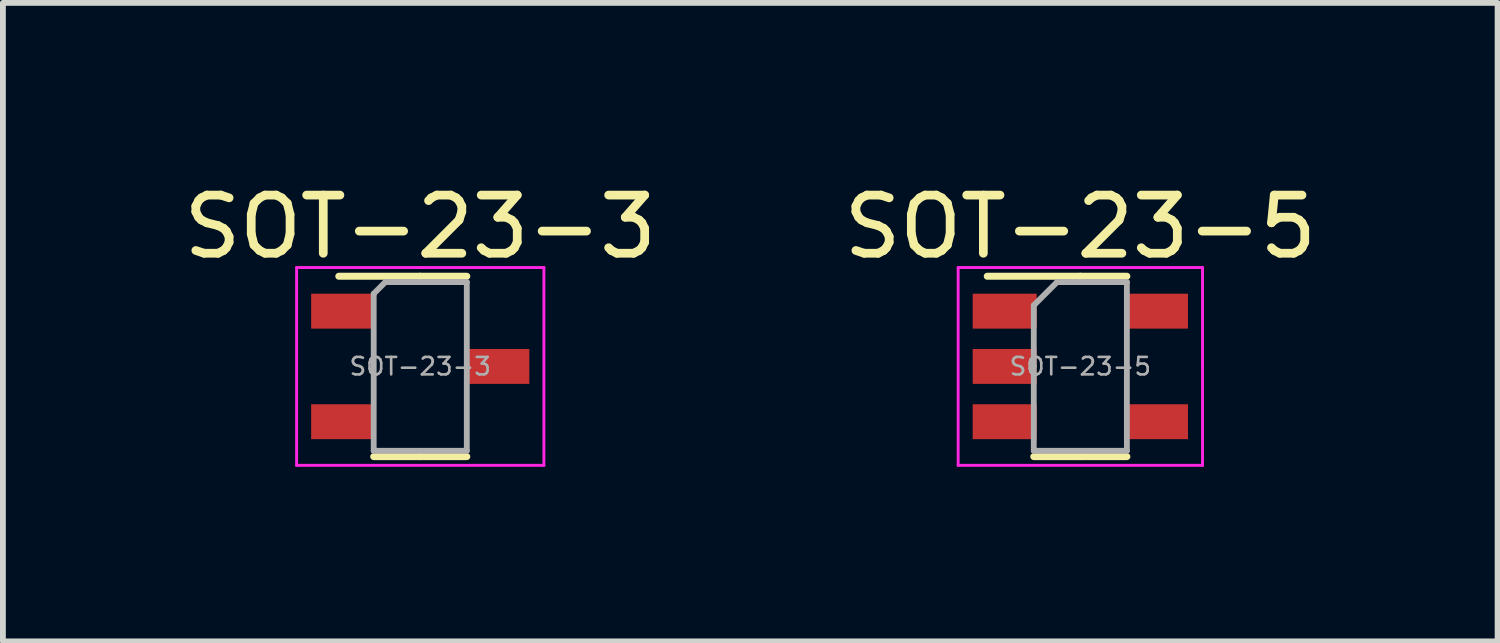
<source format=kicad_pcb>
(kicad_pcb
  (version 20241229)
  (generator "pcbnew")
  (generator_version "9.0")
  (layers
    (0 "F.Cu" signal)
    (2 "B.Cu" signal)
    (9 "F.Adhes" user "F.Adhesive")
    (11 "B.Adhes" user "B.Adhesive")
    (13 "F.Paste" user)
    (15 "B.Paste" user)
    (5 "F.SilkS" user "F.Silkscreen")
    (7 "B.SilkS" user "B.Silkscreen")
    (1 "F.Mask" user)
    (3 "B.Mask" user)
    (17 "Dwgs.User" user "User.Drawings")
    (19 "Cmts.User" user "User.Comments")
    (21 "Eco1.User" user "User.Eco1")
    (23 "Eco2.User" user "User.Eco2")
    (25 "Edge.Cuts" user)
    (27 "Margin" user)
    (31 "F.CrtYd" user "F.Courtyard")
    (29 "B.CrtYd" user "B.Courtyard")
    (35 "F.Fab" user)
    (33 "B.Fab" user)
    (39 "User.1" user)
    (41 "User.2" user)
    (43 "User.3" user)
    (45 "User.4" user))
  (footprint "SOT-23-5"
    (layer "F.Cu")
    (at 15.518 3.248)
    (property "Reference" "SOT-23-5" (at 0 -2.4 0) (layer "F.SilkS") (effects (font (size 1 1) (thickness 0.15))))
    (attr through_hole)
    (fp_line (start 0 -1.55) (end -1.6 -1.55) (stroke (width 0.12) (type solid)) (layer "F.SilkS"))
    (fp_line (start 0 -1.55) (end 0.8 -1.55) (stroke (width 0.12) (type solid)) (layer "F.SilkS"))
    (fp_line (start 0 1.55) (end -0.8 1.55) (stroke (width 0.12) (type solid)) (layer "F.SilkS"))
    (fp_line (start 0 1.55) (end 0.8 1.55) (stroke (width 0.12) (type solid)) (layer "F.SilkS"))
    (fp_line (start -2.1 -1.7) (end -2.1 1.7) (stroke (width 0.05) (type solid)) (layer "F.CrtYd"))
    (fp_line (start -2.1 1.7) (end 2.1 1.7) (stroke (width 0.05) (type solid)) (layer "F.CrtYd"))
    (fp_line (start 2.1 -1.7) (end -2.1 -1.7) (stroke (width 0.05) (type solid)) (layer "F.CrtYd"))
    (fp_line (start 2.1 0) (end 2.1 -1.7) (stroke (width 0.05) (type solid)) (layer "F.CrtYd"))
    (fp_line (start 2.1 1.7) (end 2.1 0) (stroke (width 0.05) (type solid)) (layer "F.CrtYd"))
    (fp_line (start -0.8 -1.05) (end -0.8 0) (stroke (width 0.1) (type solid)) (layer "F.Fab"))
    (fp_line (start -0.8 1.45) (end -0.8 0) (stroke (width 0.1) (type solid)) (layer "F.Fab"))
    (fp_line (start -0.4 -1.45) (end -0.8 -1.05) (stroke (width 0.1) (type solid)) (layer "F.Fab"))
    (fp_line (start 0.8 -1.45) (end -0.4 -1.45) (stroke (width 0.1) (type solid)) (layer "F.Fab"))
    (fp_line (start 0.8 0) (end 0.8 -1.45) (stroke (width 0.1) (type solid)) (layer "F.Fab"))
    (fp_line (start 0.8 0) (end 0.8 1.45) (stroke (width 0.1) (type solid)) (layer "F.Fab"))
    (fp_line (start 0.8 1.45) (end -0.8 1.45) (stroke (width 0.1) (type solid)) (layer "F.Fab"))
    (fp_text user "${REFERENCE}" (at 0 0 0) (layer "F.Fab") (effects (font (size 0.3 0.3) (thickness 0.045))))
    (pad "1" smd rect (at -1.3 -0.95) (size 1.1 0.6) (layers "F.Cu" "F.Mask" "F.Paste"))
    (pad "2" smd rect (at -1.3 0) (size 1.1 0.6) (layers "F.Cu" "F.Mask" "F.Paste"))
    (pad "3" smd rect (at -1.3 0.95) (size 1.1 0.6) (layers "F.Cu" "F.Mask" "F.Paste"))
    (pad "4" smd rect (at 1.3 -0.95) (size 1.1 0.6) (layers "F.Cu" "F.Mask" "F.Paste"))
    (pad "5" smd rect (at 1.3 0.95) (size 1.1 0.6) (layers "F.Cu" "F.Mask" "F.Paste")))
  (footprint "SOT-23-3"
    (layer "F.Cu")
    (at 4.173 3.248)
    (property "Reference" "SOT-23-3" (at 0 -2.4 0) (layer "F.SilkS") (effects (font (size 1 1) (thickness 0.15))))
    (attr through_hole)
    (fp_line (start 0 -1.55) (end -1.4 -1.55) (stroke (width 0.12) (type solid)) (layer "F.SilkS"))
    (fp_line (start 0 -1.55) (end 0.8 -1.55) (stroke (width 0.12) (type solid)) (layer "F.SilkS"))
    (fp_line (start 0 1.55) (end -0.8 1.55) (stroke (width 0.12) (type solid)) (layer "F.SilkS"))
    (fp_line (start 0 1.55) (end 0.8 1.55) (stroke (width 0.12) (type solid)) (layer "F.SilkS"))
    (fp_line (start -1.825 -1.2) (end -0.875 -1.2) (stroke (width 0.01) (type solid)) (layer "F.Paste"))
    (fp_line (start -1.825 -0.7) (end -1.825 -1.2) (stroke (width 0.01) (type solid)) (layer "F.Paste"))
    (fp_line (start -1.825 0.7) (end -1.825 1.2) (stroke (width 0.01) (type solid)) (layer "F.Paste"))
    (fp_line (start -1.825 1.2) (end -0.875 1.2) (stroke (width 0.01) (type solid)) (layer "F.Paste"))
    (fp_line (start -0.875 -1.2) (end -0.875 -0.7) (stroke (width 0.01) (type solid)) (layer "F.Paste"))
    (fp_line (start -0.875 -0.7) (end -1.825 -0.7) (stroke (width 0.01) (type solid)) (layer "F.Paste"))
    (fp_line (start -0.875 0.7) (end -1.825 0.7) (stroke (width 0.01) (type solid)) (layer "F.Paste"))
    (fp_line (start -0.875 1.2) (end -0.875 0.7) (stroke (width 0.01) (type solid)) (layer "F.Paste"))
    (fp_line (start 0.875 -0.25) (end 1.825 -0.25) (stroke (width 0.01) (type solid)) (layer "F.Paste"))
    (fp_line (start 0.875 0.25) (end 0.875 -0.25) (stroke (width 0.01) (type solid)) (layer "F.Paste"))
    (fp_line (start 1.825 -0.25) (end 1.825 0.25) (stroke (width 0.01) (type solid)) (layer "F.Paste"))
    (fp_line (start 1.825 0.25) (end 0.875 0.25) (stroke (width 0.01) (type solid)) (layer "F.Paste"))
    (fp_line (start -2.125 -1.7) (end 0 -1.7) (stroke (width 0.05) (type solid)) (layer "F.CrtYd"))
    (fp_line (start -2.125 1.7) (end -2.125 -1.7) (stroke (width 0.05) (type solid)) (layer "F.CrtYd"))
    (fp_line (start 0 -1.7) (end 2.125 -1.7) (stroke (width 0.05) (type solid)) (layer "F.CrtYd"))
    (fp_line (start 2.125 -1.7) (end 2.125 1.7) (stroke (width 0.05) (type solid)) (layer "F.CrtYd"))
    (fp_line (start 2.125 1.7) (end -2.125 1.7) (stroke (width 0.05) (type solid)) (layer "F.CrtYd"))
    (fp_line (start -0.8 -1.25) (end -0.6 -1.45) (stroke (width 0.1) (type solid)) (layer "F.Fab"))
    (fp_line (start -0.8 1.45) (end -0.8 -1.25) (stroke (width 0.1) (type solid)) (layer "F.Fab"))
    (fp_line (start -0.6 -1.45) (end 0.8 -1.45) (stroke (width 0.1) (type solid)) (layer "F.Fab"))
    (fp_line (start 0.8 -1.45) (end 0.8 0) (stroke (width 0.1) (type solid)) (layer "F.Fab"))
    (fp_line (start 0.8 0) (end 0.8 1.45) (stroke (width 0.1) (type solid)) (layer "F.Fab"))
    (fp_line (start 0.8 1.45) (end -0.8 1.45) (stroke (width 0.1) (type solid)) (layer "F.Fab"))
    (fp_text user "${REFERENCE}" (at 0 0 0) (layer "F.Fab") (effects (font (size 0.3 0.3) (thickness 0.045))))
    (pad "1" smd rect (at -1.35 -0.95) (size 1.05 0.6) (layers "F.Cu" "F.Mask" "F.Paste"))
    (pad "2" smd rect (at -1.35 0.95) (size 1.05 0.6) (layers "F.Cu" "F.Mask" "F.Paste"))
    (pad "3" smd rect (at 1.35 0) (size 1.05 0.6) (layers "F.Cu" "F.Mask" "F.Paste")))
  (gr_rect
    (start -3 -3)
    (end 22.69 7.973)
    (stroke (width 0.1) (type default))
    (fill no)
    (layer "Edge.Cuts")))
</source>
